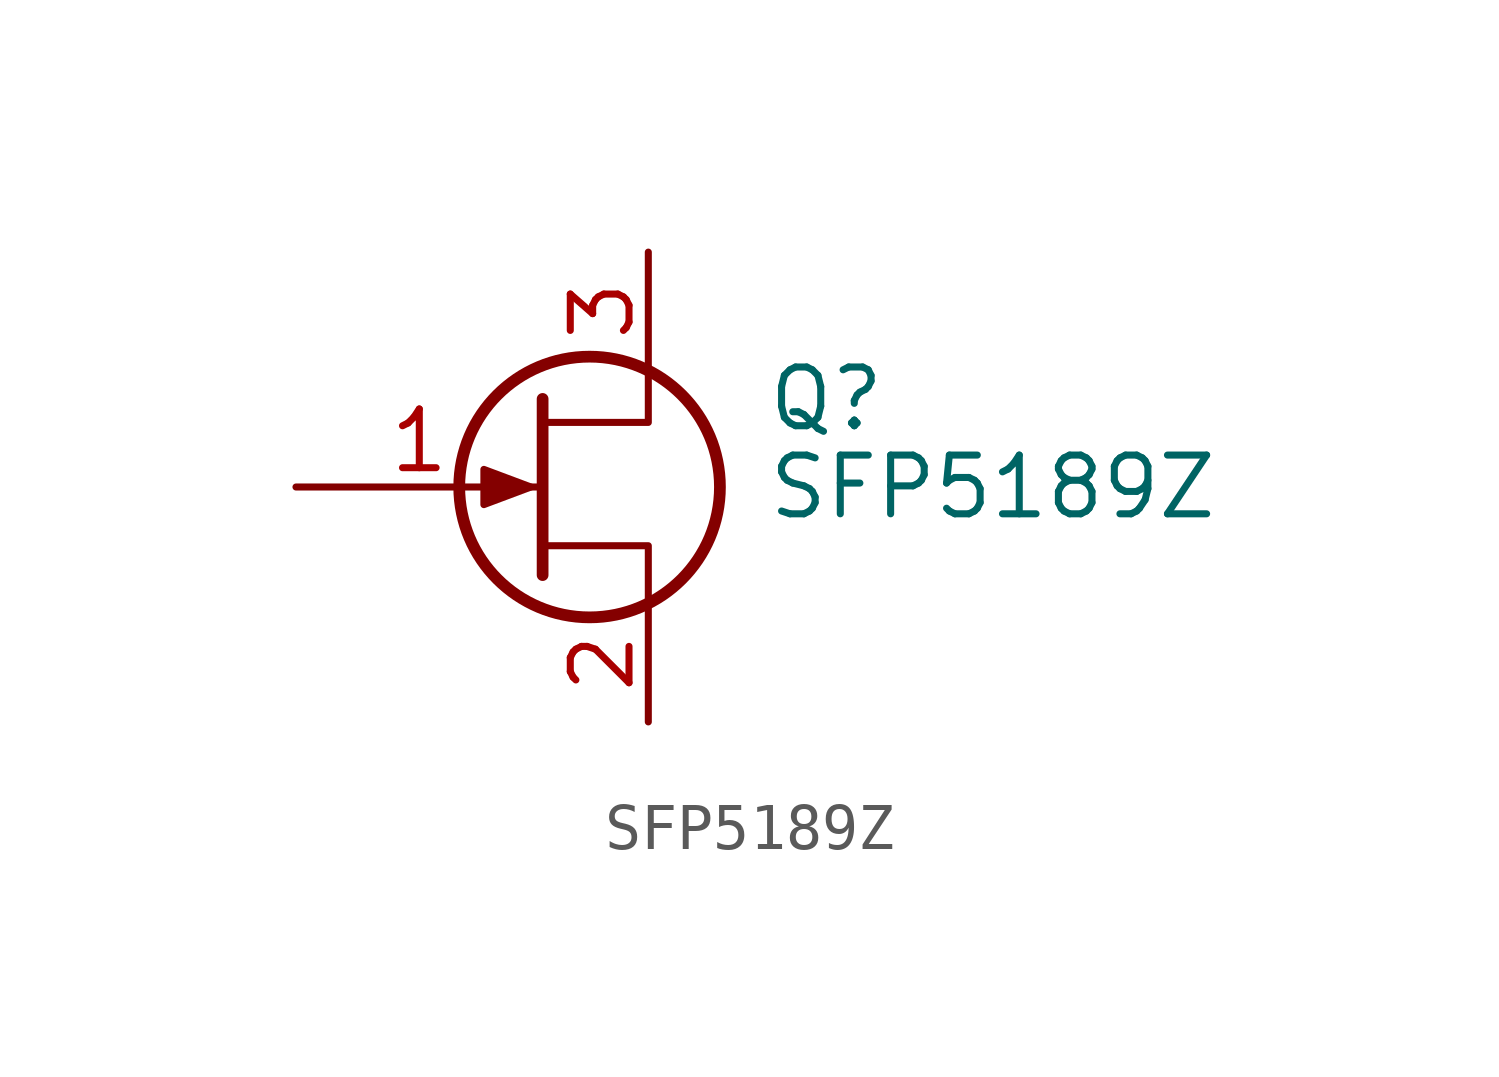
<source format=kicad_sym>
(kicad_symbol_lib
  (version 20211014)
  (generator kicad_symbol_editor)
  (symbol "SFP5189Z"
    (pin_names
      (offset 0) hide)
    (property "Reference" "Q"
      (at 5.08 1.905 0)
      (effects (font (size 1.27 1.27)) (justify left)))
    (property "Value" "SFP5189Z"
      (at 5.08 0 0)
      (effects (font (size 1.27 1.27)) (justify left)))
    (symbol "SFP5189Z_0_1"
      (polyline (pts (xy 0.254 1.905) (xy 0.254 -1.905) (xy 0.254 -1.905)) (stroke (width 0.254) (type default) (color 0 0 0 0)) (fill (type none)))
      (polyline (pts (xy 2.54 -2.54) (xy 2.54 -1.27) (xy 0.254 -1.27)) (stroke (width 0) (type default) (color 0 0 0 0)) (fill (type none)))
      (polyline (pts (xy 2.54 2.54) (xy 2.54 1.397) (xy 0.254 1.397)) (stroke (width 0) (type default) (color 0 0 0 0)) (fill (type none)))
      (polyline (pts (xy 0 0) (xy -1.016 0.381) (xy -1.016 -0.381) (xy 0 0)) (stroke (width 0) (type default) (color 0 0 0 0)) (fill (type outline)))
      (circle (center 1.27 0) (radius 2.819) (stroke (width 0.254) (type default) (color 0 0 0 0)) (fill (type none))))
    (symbol "SFP5189Z_1_1"
      (pin input line (at -5.08 0 0) (length 5.334) (name "G" (effects (font (size 1.27 1.27)))) (number "1" (effects (font (size 1.27 1.27)))))
      (pin passive line (at 2.54 -5.08 90) (length 2.54) (name "S" (effects (font (size 1.27 1.27)))) (number "2" (effects (font (size 1.27 1.27)))))
      (pin passive line (at 2.54 5.08 270) (length 2.54) (name "D" (effects (font (size 1.27 1.27)))) (number "3" (effects (font (size 1.27 1.27))))))))
</source>
